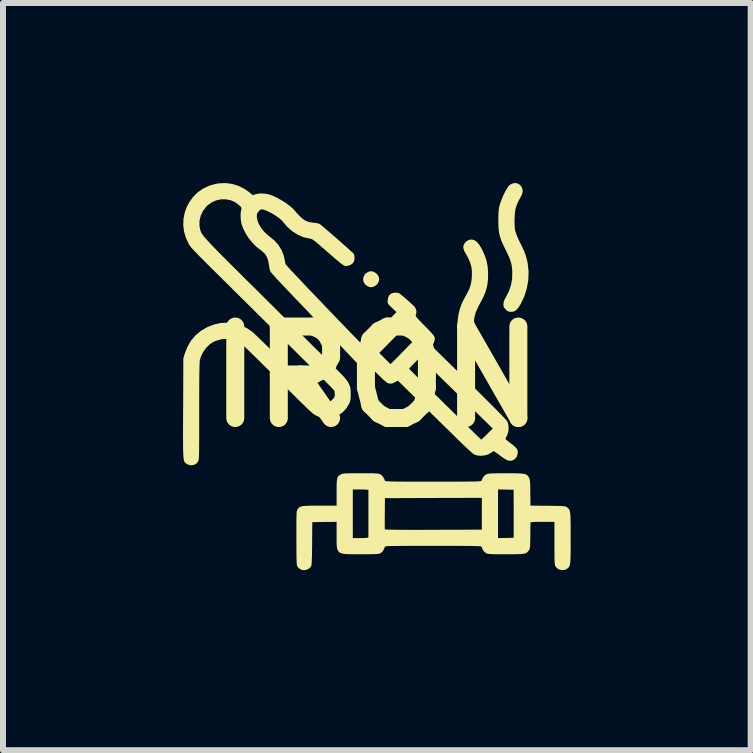
<source format=kicad_pcb>
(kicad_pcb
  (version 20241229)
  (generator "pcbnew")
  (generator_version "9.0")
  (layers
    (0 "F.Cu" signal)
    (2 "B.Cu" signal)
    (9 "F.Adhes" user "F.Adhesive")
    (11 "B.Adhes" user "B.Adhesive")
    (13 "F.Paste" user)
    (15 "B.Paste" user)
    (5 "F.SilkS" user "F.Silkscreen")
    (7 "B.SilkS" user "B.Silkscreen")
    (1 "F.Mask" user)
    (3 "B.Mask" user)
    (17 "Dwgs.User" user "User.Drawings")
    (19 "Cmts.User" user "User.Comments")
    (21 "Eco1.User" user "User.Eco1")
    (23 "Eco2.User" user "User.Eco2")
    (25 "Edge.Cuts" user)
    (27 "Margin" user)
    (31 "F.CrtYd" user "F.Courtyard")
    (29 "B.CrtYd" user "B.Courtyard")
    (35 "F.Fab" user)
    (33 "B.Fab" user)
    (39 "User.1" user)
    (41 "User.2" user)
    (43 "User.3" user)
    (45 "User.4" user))
  (footprint "IRON"
    (layer "F.Cu")
    (at 3.229 3.226)
    (property "Reference" "IRON" (at 0 0 0) (layer "F.SilkS") (effects (font (size 1.524 1.524) (thickness 0.3))))
    (attr board_only exclude_from_pos_files exclude_from_bom)
    (fp_poly (pts (xy -0.074 -1.754) (xy -0.032 -1.737) (xy 0.004 -1.708) (xy 0.029 -1.671) (xy 0.04 -1.629) (xy 0.04 -1.626) (xy 0.031 -1.58) (xy 0.006 -1.54) (xy -0.03 -1.509) (xy -0.074 -1.492) (xy -0.095 -1.49) (xy -0.125 -1.495) (xy -0.156 -1.507) (xy -0.159 -1.508) (xy -0.197 -1.539) (xy -0.22 -1.578) (xy -0.228 -1.623) (xy -0.22 -1.667) (xy -0.196 -1.708) (xy -0.187 -1.717) (xy -0.157 -1.738) (xy -0.126 -1.753) (xy -0.116 -1.755)) (stroke (width 0) (type solid)) (fill yes) (layer "F.SilkS"))
    (fp_poly (pts (xy 1.624 -2.275) (xy 1.664 -2.248) (xy 1.702 -2.205) (xy 1.741 -2.143) (xy 1.765 -2.095) (xy 1.803 -2.009) (xy 1.829 -1.929) (xy 1.845 -1.848) (xy 1.853 -1.758) (xy 1.854 -1.7) (xy 1.852 -1.621) (xy 1.845 -1.55) (xy 1.832 -1.483) (xy 1.812 -1.416) (xy 1.784 -1.345) (xy 1.745 -1.266) (xy 1.696 -1.176) (xy 1.691 -1.165) (xy 1.648 -1.071) (xy 1.623 -0.97) (xy 1.615 -0.865) (xy 1.625 -0.761) (xy 1.651 -0.66) (xy 1.687 -0.58) (xy 1.72 -0.52) (xy 1.743 -0.475) (xy 1.759 -0.441) (xy 1.768 -0.415) (xy 1.77 -0.395) (xy 1.767 -0.377) (xy 1.76 -0.357) (xy 1.754 -0.344) (xy 1.726 -0.306) (xy 1.686 -0.282) (xy 1.641 -0.271) (xy 1.594 -0.276) (xy 1.564 -0.289) (xy 1.539 -0.312) (xy 1.509 -0.35) (xy 1.478 -0.399) (xy 1.447 -0.456) (xy 1.418 -0.517) (xy 1.394 -0.578) (xy 1.381 -0.615) (xy 1.361 -0.704) (xy 1.348 -0.8) (xy 1.345 -0.893) (xy 1.35 -0.962) (xy 1.363 -1.046) (xy 1.382 -1.124) (xy 1.408 -1.199) (xy 1.444 -1.277) (xy 1.491 -1.364) (xy 1.5 -1.38) (xy 1.542 -1.463) (xy 1.569 -1.546) (xy 1.582 -1.636) (xy 1.585 -1.705) (xy 1.584 -1.759) (xy 1.58 -1.801) (xy 1.574 -1.837) (xy 1.563 -1.875) (xy 1.557 -1.895) (xy 1.538 -1.943) (xy 1.514 -1.992) (xy 1.491 -2.034) (xy 1.49 -2.035) (xy 1.459 -2.09) (xy 1.443 -2.136) (xy 1.442 -2.175) (xy 1.444 -2.184) (xy 1.462 -2.221) (xy 1.492 -2.254) (xy 1.529 -2.276) (xy 1.539 -2.28) (xy 1.583 -2.285)) (stroke (width 0) (type solid)) (fill yes) (layer "F.SilkS"))
    (fp_poly (pts (xy 2.334 -3.223) (xy 2.373 -3.205) (xy 2.405 -3.174) (xy 2.425 -3.132) (xy 2.43 -3.092) (xy 2.427 -3.063) (xy 2.416 -3.03) (xy 2.395 -2.989) (xy 2.386 -2.972) (xy 2.351 -2.907) (xy 2.326 -2.846) (xy 2.309 -2.785) (xy 2.3 -2.718) (xy 2.296 -2.639) (xy 2.295 -2.6) (xy 2.296 -2.541) (xy 2.298 -2.496) (xy 2.301 -2.461) (xy 2.306 -2.432) (xy 2.315 -2.402) (xy 2.323 -2.379) (xy 2.34 -2.335) (xy 2.363 -2.283) (xy 2.388 -2.23) (xy 2.4 -2.208) (xy 2.448 -2.108) (xy 2.484 -2.013) (xy 2.509 -1.917) (xy 2.515 -1.884) (xy 2.529 -1.748) (xy 2.524 -1.609) (xy 2.5 -1.473) (xy 2.459 -1.34) (xy 2.4 -1.215) (xy 2.386 -1.191) (xy 2.354 -1.142) (xy 2.324 -1.109) (xy 2.294 -1.09) (xy 2.259 -1.081) (xy 2.236 -1.08) (xy 2.206 -1.082) (xy 2.183 -1.09) (xy 2.161 -1.107) (xy 2.149 -1.119) (xy 2.126 -1.144) (xy 2.114 -1.166) (xy 2.11 -1.192) (xy 2.11 -1.206) (xy 2.114 -1.244) (xy 2.127 -1.28) (xy 2.143 -1.31) (xy 2.199 -1.418) (xy 2.236 -1.524) (xy 2.255 -1.633) (xy 2.257 -1.747) (xy 2.257 -1.755) (xy 2.253 -1.808) (xy 2.247 -1.854) (xy 2.237 -1.899) (xy 2.222 -1.945) (xy 2.201 -1.997) (xy 2.172 -2.059) (xy 2.145 -2.115) (xy 2.106 -2.196) (xy 2.076 -2.264) (xy 2.055 -2.325) (xy 2.04 -2.384) (xy 2.031 -2.445) (xy 2.026 -2.513) (xy 2.025 -2.594) (xy 2.025 -2.605) (xy 2.025 -2.672) (xy 2.027 -2.724) (xy 2.03 -2.765) (xy 2.034 -2.8) (xy 2.041 -2.833) (xy 2.048 -2.86) (xy 2.066 -2.915) (xy 2.089 -2.976) (xy 2.116 -3.037) (xy 2.145 -3.094) (xy 2.173 -3.142) (xy 2.198 -3.177) (xy 2.204 -3.184) (xy 2.246 -3.213) (xy 2.29 -3.226)) (stroke (width 0) (type solid)) (fill yes) (layer "F.SilkS"))
    (fp_poly (pts (xy -0.182 1.61) (xy -0.115 1.61) (xy -0.062 1.611) (xy -0.023 1.613) (xy 0.007 1.615) (xy 0.028 1.617) (xy 0.043 1.621) (xy 0.056 1.626) (xy 0.06 1.628) (xy 0.094 1.656) (xy 0.121 1.699) (xy 0.134 1.732) (xy 0.136 1.736) (xy 0.14 1.738) (xy 0.148 1.741) (xy 0.162 1.743) (xy 0.181 1.745) (xy 0.208 1.746) (xy 0.244 1.747) (xy 0.291 1.748) (xy 0.349 1.749) (xy 0.419 1.749) (xy 0.504 1.75) (xy 0.604 1.75) (xy 0.721 1.75) (xy 0.856 1.75) (xy 0.94 1.75) (xy 1.086 1.75) (xy 1.212 1.75) (xy 1.322 1.75) (xy 1.415 1.749) (xy 1.493 1.749) (xy 1.558 1.748) (xy 1.611 1.748) (xy 1.653 1.747) (xy 1.685 1.745) (xy 1.708 1.744) (xy 1.725 1.742) (xy 1.736 1.74) (xy 1.742 1.737) (xy 1.745 1.734) (xy 1.746 1.732) (xy 1.769 1.679) (xy 1.801 1.643) (xy 1.825 1.629) (xy 1.838 1.623) (xy 1.854 1.619) (xy 1.875 1.616) (xy 1.903 1.614) (xy 1.941 1.612) (xy 1.991 1.611) (xy 2.056 1.61) (xy 2.138 1.61) (xy 2.155 1.61) (xy 2.247 1.61) (xy 2.32 1.611) (xy 2.378 1.613) (xy 2.423 1.616) (xy 2.457 1.621) (xy 2.482 1.628) (xy 2.501 1.638) (xy 2.515 1.652) (xy 2.527 1.668) (xy 2.535 1.681) (xy 2.542 1.695) (xy 2.548 1.712) (xy 2.551 1.734) (xy 2.554 1.765) (xy 2.556 1.808) (xy 2.557 1.866) (xy 2.558 1.9) (xy 2.558 1.961) (xy 2.559 2.017) (xy 2.56 2.065) (xy 2.56 2.1) (xy 2.56 2.117) (xy 2.56 2.149) (xy 2.849 2.152) (xy 2.933 2.153) (xy 3 2.154) (xy 3.051 2.155) (xy 3.089 2.157) (xy 3.116 2.159) (xy 3.136 2.162) (xy 3.149 2.166) (xy 3.16 2.171) (xy 3.167 2.176) (xy 3.182 2.187) (xy 3.194 2.198) (xy 3.204 2.21) (xy 3.212 2.227) (xy 3.218 2.248) (xy 3.222 2.277) (xy 3.226 2.316) (xy 3.228 2.365) (xy 3.229 2.427) (xy 3.23 2.504) (xy 3.23 2.597) (xy 3.23 2.688) (xy 3.23 2.797) (xy 3.23 2.887) (xy 3.229 2.962) (xy 3.228 3.022) (xy 3.225 3.069) (xy 3.222 3.105) (xy 3.218 3.133) (xy 3.212 3.154) (xy 3.204 3.169) (xy 3.195 3.181) (xy 3.183 3.192) (xy 3.175 3.198) (xy 3.133 3.22) (xy 3.086 3.225) (xy 3.041 3.215) (xy 3.001 3.191) (xy 2.98 3.165) (xy 2.975 3.156) (xy 2.971 3.145) (xy 2.967 3.131) (xy 2.965 3.111) (xy 2.963 3.084) (xy 2.961 3.047) (xy 2.961 2.998) (xy 2.96 2.935) (xy 2.96 2.856) (xy 2.96 2.776) (xy 2.96 2.42) (xy 2.76 2.42) (xy 2.688 2.42) (xy 2.635 2.421) (xy 2.597 2.423) (xy 2.574 2.426) (xy 2.562 2.429) (xy 2.56 2.433) (xy 2.56 2.446) (xy 2.56 2.476) (xy 2.559 2.52) (xy 2.559 2.574) (xy 2.558 2.636) (xy 2.558 2.655) (xy 2.557 2.725) (xy 2.556 2.778) (xy 2.554 2.817) (xy 2.552 2.845) (xy 2.548 2.864) (xy 2.543 2.879) (xy 2.537 2.89) (xy 2.531 2.899) (xy 2.518 2.915) (xy 2.505 2.928) (xy 2.489 2.939) (xy 2.468 2.947) (xy 2.439 2.952) (xy 2.401 2.956) (xy 2.351 2.958) (xy 2.286 2.96) (xy 2.206 2.96) (xy 2.148 2.96) (xy 2.062 2.96) (xy 1.995 2.96) (xy 1.942 2.959) (xy 1.902 2.957) (xy 1.873 2.955) (xy 1.852 2.952) (xy 1.837 2.949) (xy 1.824 2.944) (xy 1.82 2.942) (xy 1.786 2.914) (xy 1.759 2.871) (xy 1.746 2.837) (xy 1.744 2.834) (xy 1.74 2.832) (xy 1.732 2.829) (xy 1.718 2.827) (xy 1.699 2.825) (xy 1.672 2.824) (xy 1.636 2.823) (xy 1.589 2.822) (xy 1.531 2.821) (xy 1.461 2.821) (xy 1.376 2.82) (xy 1.276 2.82) (xy 1.159 2.82) (xy 1.024 2.82) (xy 0.94 2.82) (xy 0.794 2.82) (xy 0.668 2.82) (xy 0.558 2.82) (xy 0.465 2.821) (xy 0.387 2.821) (xy 0.322 2.822) (xy 0.269 2.822) (xy 0.227 2.823) (xy 0.195 2.825) (xy 0.172 2.826) (xy 0.155 2.828) (xy 0.144 2.83) (xy 0.138 2.833) (xy 0.135 2.836) (xy 0.134 2.837) (xy 0.112 2.889) (xy 0.083 2.927) (xy 0.06 2.942) (xy 0.048 2.948) (xy 0.033 2.952) (xy 0.012 2.955) (xy -0.016 2.957) (xy -0.055 2.958) (xy -0.106 2.959) (xy -0.172 2.96) (xy -0.255 2.96) (xy -0.268 2.96) (xy -0.369 2.96) (xy -0.451 2.959) (xy -0.516 2.957) (xy -0.567 2.95) (xy -0.606 2.939) (xy -0.633 2.921) (xy -0.651 2.895) (xy -0.662 2.86) (xy -0.668 2.814) (xy -0.67 2.756) (xy -0.67 2.69) (xy -0.4 2.69) (xy -0.27 2.69) (xy -0.214 2.689) (xy -0.173 2.687) (xy -0.147 2.684) (xy -0.14 2.68) (xy -0.14 2.668) (xy -0.14 2.638) (xy -0.14 2.593) (xy -0.14 2.535) (xy -0.14 2.465) (xy -0.14 2.413) (xy 0.132 2.413) (xy 0.132 2.467) (xy 0.133 2.509) (xy 0.133 2.536) (xy 0.134 2.545) (xy 0.145 2.547) (xy 0.175 2.549) (xy 0.226 2.55) (xy 0.295 2.551) (xy 0.384 2.552) (xy 0.493 2.553) (xy 0.62 2.553) (xy 0.766 2.553) (xy 0.931 2.552) (xy 0.944 2.552) (xy 1.75 2.55) (xy 1.75 2.02) (xy 0.943 2.022) (xy 0.135 2.025) (xy 0.133 2.28) (xy 0.132 2.35) (xy 0.132 2.413) (xy -0.14 2.413) (xy -0.14 2.387) (xy -0.14 2.302) (xy -0.14 2.285) (xy -0.14 2.199) (xy -0.14 2.119) (xy -0.14 2.048) (xy -0.14 1.987) (xy -0.14 1.939) (xy -0.14 1.906) (xy -0.14 1.891) (xy -0.14 1.89) (xy -0.15 1.886) (xy -0.177 1.883) (xy -0.221 1.881) (xy -0.27 1.88) (xy -0.4 1.88) (xy -0.4 2.69) (xy -0.67 2.69) (xy -0.67 2.684) (xy -0.67 2.642) (xy -0.67 2.42) (xy -0.873 2.422) (xy -1.075 2.425) (xy -1.078 2.775) (xy -1.079 2.885) (xy -1.08 2.977) (xy -1.083 3.05) (xy -1.085 3.104) (xy -1.089 3.139) (xy -1.091 3.153) (xy -1.115 3.186) (xy -1.151 3.21) (xy -1.194 3.224) (xy -1.237 3.225) (xy -1.245 3.223) (xy -1.286 3.203) (xy -1.319 3.17) (xy -1.326 3.159) (xy -1.329 3.149) (xy -1.332 3.134) (xy -1.334 3.111) (xy -1.336 3.079) (xy -1.338 3.036) (xy -1.339 2.98) (xy -1.339 2.911) (xy -1.34 2.825) (xy -1.34 2.721) (xy -1.34 2.685) (xy -1.34 2.578) (xy -1.34 2.49) (xy -1.34 2.419) (xy -1.339 2.362) (xy -1.338 2.317) (xy -1.337 2.283) (xy -1.335 2.258) (xy -1.332 2.241) (xy -1.329 2.228) (xy -1.325 2.219) (xy -1.321 2.211) (xy -1.319 2.208) (xy -1.306 2.192) (xy -1.293 2.179) (xy -1.276 2.169) (xy -1.253 2.162) (xy -1.223 2.157) (xy -1.182 2.153) (xy -1.129 2.151) (xy -1.061 2.15) (xy -0.976 2.15) (xy -0.95 2.15) (xy -0.67 2.15) (xy -0.67 1.929) (xy -0.67 1.879) (xy 2.02 1.879) (xy 2.02 2.691) (xy 2.151 2.688) (xy 2.281 2.685) (xy 2.281 2.285) (xy 2.28 1.885) (xy 2.15 1.882) (xy 2.02 1.879) (xy -0.67 1.879) (xy -0.67 1.849) (xy -0.669 1.787) (xy -0.666 1.739) (xy -0.661 1.704) (xy -0.653 1.678) (xy -0.642 1.66) (xy -0.626 1.646) (xy -0.606 1.634) (xy -0.598 1.629) (xy -0.586 1.624) (xy -0.572 1.619) (xy -0.553 1.616) (xy -0.528 1.613) (xy -0.494 1.612) (xy -0.448 1.611) (xy -0.389 1.61) (xy -0.313 1.61) (xy -0.268 1.61)) (stroke (width 0) (type solid)) (fill yes) (layer "F.SilkS"))
    (fp_poly (pts (xy -2.412 -3.211) (xy -2.304 -3.178) (xy -2.201 -3.126) (xy -2.124 -3.071) (xy -2.065 -3.023) (xy -2.025 -3.038) (xy -1.977 -3.049) (xy -1.917 -3.052) (xy -1.854 -3.048) (xy -1.795 -3.036) (xy -1.795 -3.036) (xy -1.733 -3.013) (xy -1.663 -2.981) (xy -1.592 -2.941) (xy -1.522 -2.898) (xy -1.459 -2.852) (xy -1.407 -2.808) (xy -1.382 -2.782) (xy -1.326 -2.718) (xy -1.278 -2.668) (xy -1.235 -2.63) (xy -1.196 -2.603) (xy -1.156 -2.585) (xy -1.113 -2.573) (xy -1.063 -2.566) (xy -1.053 -2.565) (xy -1.012 -2.56) (xy -0.976 -2.552) (xy -0.952 -2.543) (xy -0.95 -2.542) (xy -0.935 -2.531) (xy -0.908 -2.508) (xy -0.87 -2.476) (xy -0.824 -2.437) (xy -0.772 -2.392) (xy -0.716 -2.344) (xy -0.658 -2.294) (xy -0.601 -2.243) (xy -0.547 -2.195) (xy -0.496 -2.15) (xy -0.453 -2.111) (xy -0.419 -2.08) (xy -0.395 -2.058) (xy -0.385 -2.047) (xy -0.374 -2.017) (xy -0.371 -1.978) (xy -0.376 -1.937) (xy -0.386 -1.909) (xy -0.41 -1.88) (xy -0.447 -1.858) (xy -0.488 -1.845) (xy -0.523 -1.845) (xy -0.535 -1.848) (xy -0.547 -1.853) (xy -0.561 -1.86) (xy -0.579 -1.873) (xy -0.603 -1.89) (xy -0.634 -1.915) (xy -0.673 -1.948) (xy -0.722 -1.99) (xy -0.783 -2.043) (xy -0.858 -2.108) (xy -0.86 -2.11) (xy -0.922 -2.164) (xy -0.971 -2.207) (xy -1.009 -2.239) (xy -1.039 -2.262) (xy -1.062 -2.279) (xy -1.08 -2.289) (xy -1.095 -2.296) (xy -1.11 -2.3) (xy -1.127 -2.302) (xy -1.128 -2.302) (xy -1.225 -2.324) (xy -1.319 -2.365) (xy -1.409 -2.423) (xy -1.491 -2.495) (xy -1.558 -2.574) (xy -1.591 -2.61) (xy -1.638 -2.649) (xy -1.695 -2.688) (xy -1.756 -2.725) (xy -1.816 -2.755) (xy -1.871 -2.777) (xy -1.901 -2.785) (xy -1.924 -2.787) (xy -1.941 -2.782) (xy -1.96 -2.764) (xy -1.968 -2.755) (xy -1.988 -2.73) (xy -1.997 -2.705) (xy -2 -2.672) (xy -2 -2.666) (xy -1.991 -2.609) (xy -1.968 -2.547) (xy -1.931 -2.483) (xy -1.883 -2.422) (xy -1.828 -2.367) (xy -1.781 -2.33) (xy -1.704 -2.267) (xy -1.638 -2.192) (xy -1.586 -2.107) (xy -1.551 -2.017) (xy -1.54 -1.97) (xy -1.533 -1.933) (xy -1.527 -1.902) (xy -1.524 -1.885) (xy -1.523 -1.881) (xy -1.52 -1.875) (xy -1.514 -1.867) (xy -1.505 -1.856) (xy -1.492 -1.84) (xy -1.475 -1.821) (xy -1.451 -1.795) (xy -1.422 -1.763) (xy -1.386 -1.725) (xy -1.342 -1.678) (xy -1.289 -1.623) (xy -1.228 -1.558) (xy -1.157 -1.483) (xy -1.075 -1.397) (xy -0.981 -1.299) (xy -0.876 -1.189) (xy -0.758 -1.066) (xy -0.705 -1.011) (xy -0.626 -0.928) (xy -0.55 -0.85) (xy -0.48 -0.777) (xy -0.416 -0.711) (xy -0.359 -0.652) (xy -0.311 -0.603) (xy -0.273 -0.564) (xy -0.245 -0.537) (xy -0.229 -0.522) (xy -0.226 -0.52) (xy -0.218 -0.527) (xy -0.196 -0.547) (xy -0.164 -0.578) (xy -0.123 -0.618) (xy -0.074 -0.667) (xy -0.019 -0.722) (xy 0.041 -0.783) (xy 0.055 -0.797) (xy 0.328 -1.075) (xy 0.254 -1.145) (xy 0.22 -1.177) (xy 0.199 -1.2) (xy 0.187 -1.217) (xy 0.181 -1.234) (xy 0.18 -1.254) (xy 0.18 -1.263) (xy 0.188 -1.318) (xy 0.211 -1.36) (xy 0.24 -1.384) (xy 0.275 -1.396) (xy 0.316 -1.4) (xy 0.356 -1.395) (xy 0.373 -1.388) (xy 0.39 -1.377) (xy 0.418 -1.354) (xy 0.454 -1.324) (xy 0.494 -1.289) (xy 0.535 -1.253) (xy 0.574 -1.218) (xy 0.606 -1.188) (xy 0.629 -1.165) (xy 0.634 -1.159) (xy 0.654 -1.122) (xy 0.661 -1.079) (xy 0.653 -1.037) (xy 0.649 -1.028) (xy 0.647 -1.02) (xy 0.649 -1.011) (xy 0.657 -0.997) (xy 0.672 -0.977) (xy 0.697 -0.95) (xy 0.732 -0.914) (xy 0.779 -0.866) (xy 0.798 -0.846) (xy 0.852 -0.792) (xy 0.893 -0.748) (xy 0.923 -0.715) (xy 0.944 -0.69) (xy 0.957 -0.67) (xy 0.964 -0.655) (xy 0.965 -0.649) (xy 0.964 -0.605) (xy 0.946 -0.556) (xy 0.928 -0.528) (xy 0.924 -0.518) (xy 0.926 -0.506) (xy 0.938 -0.49) (xy 0.962 -0.465) (xy 0.985 -0.442) (xy 1.154 -0.276) (xy 1.309 -0.124) (xy 1.45 0.014) (xy 1.577 0.14) (xy 1.692 0.252) (xy 1.793 0.353) (xy 1.882 0.441) (xy 1.958 0.518) (xy 2.022 0.583) (xy 2.075 0.636) (xy 2.116 0.679) (xy 2.146 0.711) (xy 2.165 0.733) (xy 2.173 0.744) (xy 2.191 0.796) (xy 2.197 0.856) (xy 2.191 0.917) (xy 2.174 0.972) (xy 2.168 0.984) (xy 2.153 1.012) (xy 2.146 1.033) (xy 2.146 1.041) (xy 2.156 1.051) (xy 2.178 1.069) (xy 2.208 1.093) (xy 2.23 1.11) (xy 2.278 1.147) (xy 2.311 1.177) (xy 2.333 1.202) (xy 2.344 1.225) (xy 2.348 1.25) (xy 2.348 1.278) (xy 2.335 1.329) (xy 2.307 1.368) (xy 2.266 1.394) (xy 2.248 1.399) (xy 2.218 1.402) (xy 2.186 1.397) (xy 2.151 1.381) (xy 2.107 1.354) (xy 2.055 1.316) (xy 2.018 1.288) (xy 1.986 1.265) (xy 1.963 1.249) (xy 1.954 1.243) (xy 1.938 1.246) (xy 1.916 1.259) (xy 1.911 1.263) (xy 1.86 1.294) (xy 1.798 1.313) (xy 1.733 1.319) (xy 1.669 1.313) (xy 1.62 1.295) (xy 1.604 1.284) (xy 1.576 1.26) (xy 1.538 1.226) (xy 1.493 1.184) (xy 1.441 1.136) (xy 1.386 1.082) (xy 1.37 1.067) (xy 1.306 1.004) (xy 1.232 0.931) (xy 1.152 0.853) (xy 1.07 0.773) (xy 0.991 0.694) (xy 0.917 0.623) (xy 0.905 0.61) (xy 0.838 0.545) (xy 0.768 0.476) (xy 0.697 0.407) (xy 0.63 0.341) (xy 0.57 0.282) (xy 0.519 0.232) (xy 0.503 0.216) (xy 0.351 0.066) (xy 0.3 0.094) (xy 0.267 0.11) (xy 0.241 0.117) (xy 0.213 0.115) (xy 0.208 0.115) (xy 0.192 0.111) (xy 0.176 0.104) (xy 0.157 0.091) (xy 0.134 0.072) (xy 0.102 0.044) (xy 0.062 0.005) (xy 0.012 -0.044) (xy -0.033 -0.088) (xy -0.074 -0.128) (xy -0.078 -0.132) (xy 0.54 -0.132) (xy 0.547 -0.123) (xy 0.567 -0.103) (xy 0.598 -0.071) (xy 0.638 -0.03) (xy 0.687 0.018) (xy 0.742 0.073) (xy 0.802 0.132) (xy 0.807 0.137) (xy 0.876 0.204) (xy 0.955 0.281) (xy 1.041 0.365) (xy 1.131 0.454) (xy 1.222 0.543) (xy 1.31 0.63) (xy 1.392 0.711) (xy 1.405 0.723) (xy 1.472 0.79) (xy 1.535 0.851) (xy 1.592 0.907) (xy 1.642 0.956) (xy 1.683 0.996) (xy 1.714 1.025) (xy 1.734 1.044) (xy 1.74 1.049) (xy 1.749 1.043) (xy 1.769 1.025) (xy 1.797 0.998) (xy 1.831 0.964) (xy 1.838 0.957) (xy 1.931 0.864) (xy 1.478 0.42) (xy 1.393 0.337) (xy 1.309 0.254) (xy 1.226 0.173) (xy 1.147 0.096) (xy 1.074 0.024) (xy 1.008 -0.041) (xy 0.951 -0.097) (xy 0.904 -0.143) (xy 0.873 -0.173) (xy 0.722 -0.322) (xy 0.631 -0.231) (xy 0.597 -0.197) (xy 0.568 -0.167) (xy 0.549 -0.144) (xy 0.54 -0.133) (xy 0.54 -0.132) (xy -0.078 -0.132) (xy -0.107 -0.161) (xy -0.131 -0.184) (xy -0.143 -0.197) (xy -0.145 -0.198) (xy -0.155 -0.198) (xy -0.178 -0.192) (xy -0.189 -0.189) (xy -0.237 -0.184) (xy -0.285 -0.198) (xy -0.334 -0.232) (xy -0.366 -0.263) (xy -0.381 -0.279) (xy -0.408 -0.308) (xy -0.447 -0.348) (xy -0.491 -0.395) (xy 0.041 -0.395) (xy 0.133 -0.302) (xy 0.168 -0.268) (xy 0.197 -0.239) (xy 0.218 -0.219) (xy 0.229 -0.21) (xy 0.229 -0.21) (xy 0.237 -0.217) (xy 0.257 -0.236) (xy 0.288 -0.267) (xy 0.327 -0.306) (xy 0.373 -0.352) (xy 0.423 -0.404) (xy 0.436 -0.417) (xy 0.639 -0.625) (xy 0.545 -0.719) (xy 0.452 -0.813) (xy 0.247 -0.604) (xy 0.041 -0.395) (xy -0.491 -0.395) (xy -0.494 -0.398) (xy -0.55 -0.457) (xy -0.613 -0.523) (xy -0.68 -0.594) (xy -0.752 -0.669) (xy -0.825 -0.746) (xy -0.9 -0.824) (xy -0.974 -0.902) (xy -1.046 -0.977) (xy -1.115 -1.049) (xy -1.178 -1.116) (xy -1.236 -1.176) (xy -1.285 -1.228) (xy -1.326 -1.27) (xy -1.326 -1.27) (xy -1.423 -1.371) (xy -1.506 -1.459) (xy -1.577 -1.534) (xy -1.636 -1.596) (xy -1.684 -1.648) (xy -1.721 -1.689) (xy -1.748 -1.72) (xy -1.766 -1.742) (xy -1.775 -1.756) (xy -1.776 -1.758) (xy -1.783 -1.781) (xy -1.791 -1.816) (xy -1.797 -1.858) (xy -1.799 -1.867) (xy -1.812 -1.941) (xy -1.835 -2) (xy -1.869 -2.051) (xy -1.918 -2.097) (xy -1.961 -2.128) (xy -2.023 -2.178) (xy -2.083 -2.242) (xy -2.141 -2.316) (xy -2.191 -2.396) (xy -2.23 -2.475) (xy -2.255 -2.545) (xy -2.264 -2.596) (xy -2.269 -2.654) (xy -2.269 -2.712) (xy -2.264 -2.761) (xy -2.26 -2.78) (xy -2.255 -2.799) (xy -2.256 -2.814) (xy -2.266 -2.829) (xy -2.288 -2.851) (xy -2.3 -2.862) (xy -2.365 -2.909) (xy -2.438 -2.94) (xy -2.516 -2.955) (xy -2.596 -2.954) (xy -2.675 -2.937) (xy -2.75 -2.904) (xy -2.818 -2.856) (xy -2.843 -2.831) (xy -2.897 -2.76) (xy -2.934 -2.683) (xy -2.954 -2.601) (xy -2.955 -2.518) (xy -2.95 -2.483) (xy -2.946 -2.466) (xy -2.943 -2.451) (xy -2.939 -2.436) (xy -2.934 -2.421) (xy -2.928 -2.405) (xy -2.918 -2.388) (xy -2.905 -2.368) (xy -2.889 -2.346) (xy -2.868 -2.319) (xy -2.841 -2.289) (xy -2.808 -2.253) (xy -2.769 -2.211) (xy -2.722 -2.162) (xy -2.668 -2.106) (xy -2.604 -2.041) (xy -2.531 -1.968) (xy -2.448 -1.885) (xy -2.354 -1.792) (xy -2.249 -1.687) (xy -2.132 -1.57) (xy -2.001 -1.441) (xy -1.871 -1.312) (xy -1.748 -1.19) (xy -1.628 -1.07) (xy -1.509 -0.953) (xy -1.395 -0.84) (xy -1.285 -0.731) (xy -1.181 -0.628) (xy -1.084 -0.531) (xy -0.994 -0.442) (xy -0.912 -0.361) (xy -0.841 -0.29) (xy -0.78 -0.229) (xy -0.73 -0.18) (xy -0.694 -0.144) (xy -0.677 -0.128) (xy -0.62 -0.071) (xy -0.575 -0.025) (xy -0.541 0.012) (xy -0.515 0.042) (xy -0.496 0.067) (xy -0.481 0.09) (xy -0.469 0.113) (xy -0.467 0.117) (xy -0.452 0.15) (xy -0.443 0.177) (xy -0.438 0.204) (xy -0.436 0.239) (xy -0.435 0.287) (xy -0.435 0.29) (xy -0.435 0.339) (xy -0.438 0.374) (xy -0.443 0.402) (xy -0.452 0.429) (xy -0.466 0.46) (xy -0.513 0.536) (xy -0.574 0.599) (xy -0.65 0.648) (xy -0.655 0.651) (xy -0.688 0.666) (xy -0.714 0.676) (xy -0.741 0.682) (xy -0.773 0.684) (xy -0.819 0.685) (xy -0.83 0.685) (xy -0.879 0.685) (xy -0.914 0.682) (xy -0.941 0.678) (xy -0.966 0.669) (xy -0.997 0.655) (xy -1.001 0.653) (xy -1.013 0.647) (xy -1.024 0.642) (xy -1.034 0.636) (xy -1.044 0.63) (xy -1.057 0.621) (xy -1.071 0.61) (xy -1.089 0.594) (xy -1.111 0.574) (xy -1.138 0.549) (xy -1.172 0.517) (xy -1.212 0.477) (xy -1.261 0.43) (xy -1.319 0.373) (xy -1.386 0.306) (xy -1.465 0.228) (xy -1.555 0.139) (xy -1.658 0.036) (xy -1.72 -0.025) (xy -1.819 -0.124) (xy -1.906 -0.209) (xy -1.98 -0.283) (xy -2.043 -0.345) (xy -2.097 -0.397) (xy -2.142 -0.441) (xy -2.179 -0.476) (xy -2.21 -0.504) (xy -2.235 -0.526) (xy -2.257 -0.544) (xy -2.275 -0.557) (xy -2.291 -0.568) (xy -2.305 -0.576) (xy -2.32 -0.584) (xy -2.322 -0.584) (xy -2.409 -0.617) (xy -2.499 -0.63) (xy -2.591 -0.623) (xy -2.681 -0.597) (xy -2.724 -0.578) (xy -2.787 -0.536) (xy -2.844 -0.479) (xy -2.893 -0.411) (xy -2.93 -0.336) (xy -2.949 -0.272) (xy -2.951 -0.251) (xy -2.953 -0.213) (xy -2.955 -0.156) (xy -2.957 -0.081) (xy -2.958 0.013) (xy -2.959 0.125) (xy -2.959 0.257) (xy -2.96 0.408) (xy -2.96 0.579) (xy -2.96 0.583) (xy -2.96 0.728) (xy -2.96 0.855) (xy -2.96 0.965) (xy -2.96 1.058) (xy -2.961 1.137) (xy -2.961 1.203) (xy -2.962 1.256) (xy -2.963 1.299) (xy -2.964 1.333) (xy -2.966 1.359) (xy -2.968 1.378) (xy -2.97 1.392) (xy -2.973 1.403) (xy -2.976 1.41) (xy -2.979 1.417) (xy -2.98 1.418) (xy -3.012 1.453) (xy -3.054 1.473) (xy -3.1 1.478) (xy -3.146 1.466) (xy -3.161 1.457) (xy -3.173 1.45) (xy -3.184 1.443) (xy -3.193 1.435) (xy -3.201 1.426) (xy -3.208 1.414) (xy -3.213 1.397) (xy -3.218 1.375) (xy -3.221 1.346) (xy -3.224 1.309) (xy -3.226 1.263) (xy -3.228 1.205) (xy -3.228 1.136) (xy -3.229 1.053) (xy -3.229 0.956) (xy -3.229 0.843) (xy -3.228 0.713) (xy -3.228 0.564) (xy -3.227 0.53) (xy -3.224 -0.305) (xy -3.201 -0.38) (xy -3.157 -0.495) (xy -3.098 -0.597) (xy -3.024 -0.685) (xy -2.935 -0.76) (xy -2.831 -0.822) (xy -2.825 -0.825) (xy -2.713 -0.869) (xy -2.599 -0.894) (xy -2.485 -0.899) (xy -2.372 -0.886) (xy -2.262 -0.854) (xy -2.157 -0.803) (xy -2.07 -0.743) (xy -2.053 -0.728) (xy -2.024 -0.7) (xy -1.983 -0.661) (xy -1.932 -0.612) (xy -1.873 -0.554) (xy -1.806 -0.489) (xy -1.733 -0.417) (xy -1.655 -0.341) (xy -1.574 -0.261) (xy -1.55 -0.237) (xy -1.467 -0.154) (xy -1.385 -0.073) (xy -1.306 0.005) (xy -1.233 0.078) (xy -1.165 0.145) (xy -1.105 0.204) (xy -1.054 0.253) (xy -1.015 0.292) (xy -0.987 0.319) (xy -0.984 0.323) (xy -0.883 0.42) (xy -0.83 0.42) (xy -0.798 0.418) (xy -0.775 0.411) (xy -0.753 0.395) (xy -0.739 0.381) (xy -0.716 0.356) (xy -0.704 0.334) (xy -0.7 0.308) (xy -0.7 0.296) (xy -0.702 0.263) (xy -0.708 0.236) (xy -0.71 0.23) (xy -0.719 0.22) (xy -0.741 0.197) (xy -0.774 0.162) (xy -0.819 0.117) (xy -0.873 0.062) (xy -0.936 -0.002) (xy -1.007 -0.072) (xy -1.084 -0.149) (xy -1.166 -0.231) (xy -1.253 -0.317) (xy -1.268 -0.332) (xy -1.373 -0.437) (xy -1.489 -0.551) (xy -1.611 -0.672) (xy -1.737 -0.797) (xy -1.864 -0.924) (xy -1.99 -1.048) (xy -2.11 -1.167) (xy -2.222 -1.278) (xy -2.323 -1.378) (xy -2.33 -1.385) (xy -2.45 -1.504) (xy -2.557 -1.61) (xy -2.652 -1.704) (xy -2.735 -1.787) (xy -2.807 -1.858) (xy -2.869 -1.92) (xy -2.921 -1.973) (xy -2.966 -2.017) (xy -3.002 -2.055) (xy -3.032 -2.086) (xy -3.056 -2.111) (xy -3.075 -2.132) (xy -3.09 -2.149) (xy -3.102 -2.162) (xy -3.11 -2.174) (xy -3.117 -2.184) (xy -3.123 -2.194) (xy -3.129 -2.203) (xy -3.179 -2.306) (xy -3.211 -2.412) (xy -3.225 -2.519) (xy -3.222 -2.624) (xy -3.203 -2.726) (xy -3.169 -2.824) (xy -3.12 -2.915) (xy -3.058 -2.998) (xy -2.984 -3.071) (xy -2.897 -3.132) (xy -2.799 -3.179) (xy -2.692 -3.211) (xy -2.638 -3.22) (xy -2.523 -3.226)) (stroke (width 0) (type solid)) (fill yes) (layer "F.SilkS")))
  (gr_rect
    (start -3 -3)
    (end 9.459 9.451)
    (stroke (width 0.1) (type default))
    (fill no)
    (layer "Edge.Cuts")))
</source>
